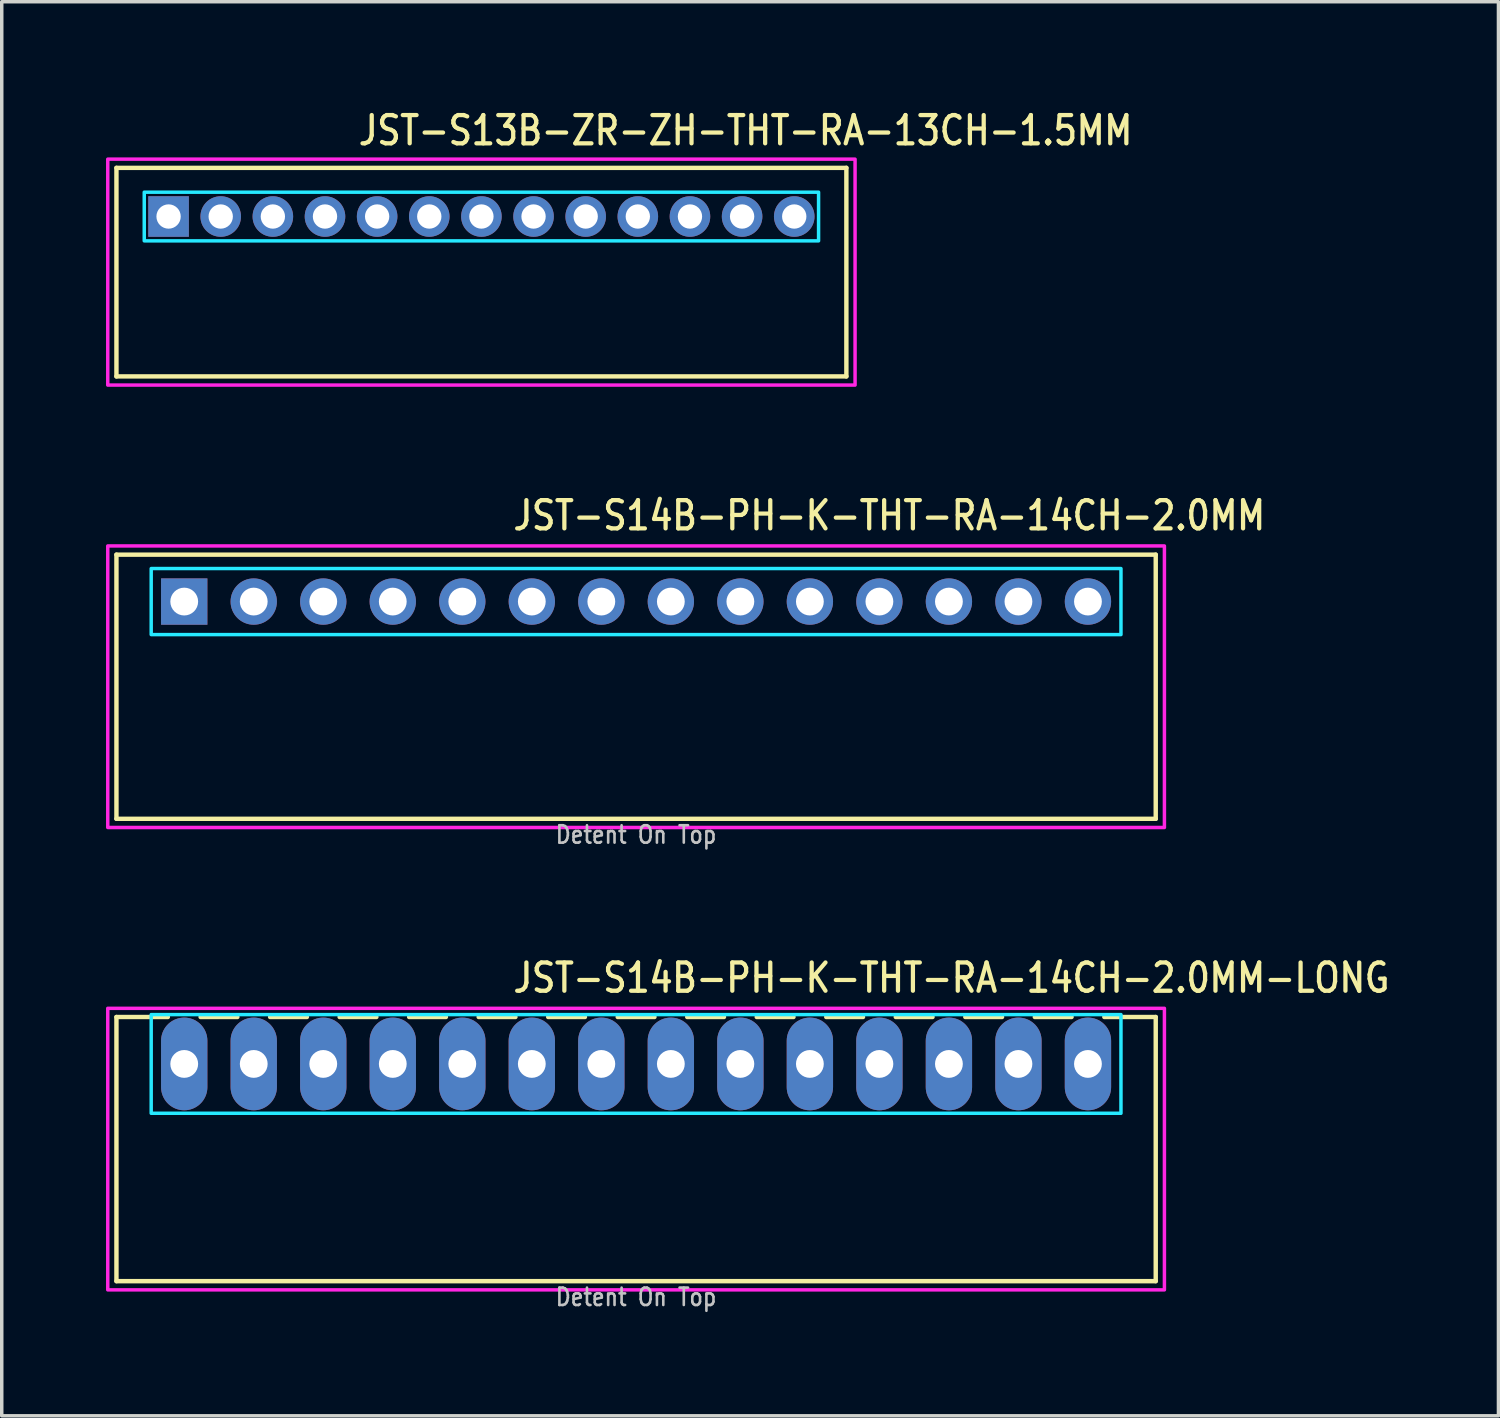
<source format=kicad_pcb>
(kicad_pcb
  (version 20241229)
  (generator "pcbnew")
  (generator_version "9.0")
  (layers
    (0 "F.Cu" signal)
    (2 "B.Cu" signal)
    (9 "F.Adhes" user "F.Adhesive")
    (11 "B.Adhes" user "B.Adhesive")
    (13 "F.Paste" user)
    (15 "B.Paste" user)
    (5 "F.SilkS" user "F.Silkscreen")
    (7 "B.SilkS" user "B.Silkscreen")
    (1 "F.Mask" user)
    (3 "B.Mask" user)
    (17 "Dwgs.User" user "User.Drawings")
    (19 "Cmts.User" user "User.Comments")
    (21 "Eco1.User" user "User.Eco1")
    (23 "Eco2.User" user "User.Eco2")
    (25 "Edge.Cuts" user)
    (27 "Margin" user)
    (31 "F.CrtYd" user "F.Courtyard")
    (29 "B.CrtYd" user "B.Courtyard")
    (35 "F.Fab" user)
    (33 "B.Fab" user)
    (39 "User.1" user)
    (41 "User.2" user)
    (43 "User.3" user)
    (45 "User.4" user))
  (footprint "JST-S14B-PH-K-THT-RA-14CH-2.0MM-LONG"
    (layer "F.Cu")
    (at 15.25 27.559)
    (property "Reference" "JST-S14B-PH-K-THT-RA-14CH-2.0MM-LONG" (at -3.6 -2 0) (unlocked yes) (layer "F.SilkS") (effects (font (size 0.813 0.695) (thickness 0.122)) (justify left bottom)))
    (fp_line (start -14.95 -1.35) (end -13.471 -1.35) (stroke (width 0.127) (type solid)) (layer "F.SilkS"))
    (fp_line (start -14.95 6.25) (end -14.95 -1.35) (stroke (width 0.127) (type solid)) (layer "F.SilkS"))
    (fp_line (start -14.95 6.25) (end 14.95 6.25) (stroke (width 0.127) (type solid)) (layer "F.SilkS"))
    (fp_line (start -12.529 -1.35) (end -11.471 -1.35) (stroke (width 0.127) (type solid)) (layer "F.SilkS"))
    (fp_line (start -10.529 -1.35) (end -9.471 -1.35) (stroke (width 0.127) (type solid)) (layer "F.SilkS"))
    (fp_line (start -8.529 -1.35) (end -7.471 -1.35) (stroke (width 0.127) (type solid)) (layer "F.SilkS"))
    (fp_line (start -6.529 -1.35) (end -5.471 -1.35) (stroke (width 0.127) (type solid)) (layer "F.SilkS"))
    (fp_line (start -4.529 -1.35) (end -3.471 -1.35) (stroke (width 0.127) (type solid)) (layer "F.SilkS"))
    (fp_line (start -2.529 -1.35) (end -1.471 -1.35) (stroke (width 0.127) (type solid)) (layer "F.SilkS"))
    (fp_line (start -0.529 -1.35) (end 0.529 -1.35) (stroke (width 0.127) (type solid)) (layer "F.SilkS"))
    (fp_line (start 1.471 -1.35) (end 2.529 -1.35) (stroke (width 0.127) (type solid)) (layer "F.SilkS"))
    (fp_line (start 3.471 -1.35) (end 4.529 -1.35) (stroke (width 0.127) (type solid)) (layer "F.SilkS"))
    (fp_line (start 5.471 -1.35) (end 6.529 -1.35) (stroke (width 0.127) (type solid)) (layer "F.SilkS"))
    (fp_line (start 7.471 -1.35) (end 8.529 -1.35) (stroke (width 0.127) (type solid)) (layer "F.SilkS"))
    (fp_line (start 9.471 -1.35) (end 10.529 -1.35) (stroke (width 0.127) (type solid)) (layer "F.SilkS"))
    (fp_line (start 11.471 -1.35) (end 12.529 -1.35) (stroke (width 0.127) (type solid)) (layer "F.SilkS"))
    (fp_line (start 13.471 -1.35) (end 14.95 -1.35) (stroke (width 0.127) (type solid)) (layer "F.SilkS"))
    (fp_line (start 14.95 -1.35) (end 14.95 6.25) (stroke (width 0.127) (type solid)) (layer "F.SilkS"))
    (fp_poly (pts (xy -13.95 -1.42) (xy -13.95 1.42) (xy 13.95 1.42) (xy 13.95 -1.42)) (stroke (width 0.1) (type solid)) (fill no) (layer "B.CrtYd"))
    (fp_poly (pts (xy -15.2 -1.6) (xy -15.2 6.5) (xy 15.2 6.5) (xy 15.2 -1.6)) (stroke (width 0.1) (type solid)) (fill no) (layer "F.CrtYd"))
    (fp_text user "Detent On Top" (at 0 7 0) (unlocked yes) (layer "Dwgs.User") (effects (font (size 0.5 0.427) (thickness 0.075)) (justify bottom)))
    (pad "P$1" thru_hole oval (at -13 0 90) (size 2.667 1.333) (drill 0.8) (layers "*.Cu" "*.Mask"))
    (pad "P$2" thru_hole oval (at -11 0 90) (size 2.667 1.333) (drill 0.8) (layers "*.Cu" "*.Mask"))
    (pad "P$3" thru_hole oval (at -9 0 90) (size 2.667 1.333) (drill 0.8) (layers "*.Cu" "*.Mask"))
    (pad "P$4" thru_hole oval (at -7 0 90) (size 2.667 1.333) (drill 0.8) (layers "*.Cu" "*.Mask"))
    (pad "P$5" thru_hole oval (at -5 0 90) (size 2.667 1.333) (drill 0.8) (layers "*.Cu" "*.Mask"))
    (pad "P$6" thru_hole oval (at -3 0 90) (size 2.667 1.333) (drill 0.8) (layers "*.Cu" "*.Mask"))
    (pad "P$7" thru_hole oval (at -1 0 90) (size 2.667 1.333) (drill 0.8) (layers "*.Cu" "*.Mask"))
    (pad "P$8" thru_hole oval (at 1 0 90) (size 2.667 1.333) (drill 0.8) (layers "*.Cu" "*.Mask"))
    (pad "P$9" thru_hole oval (at 3 0 90) (size 2.667 1.333) (drill 0.8) (layers "*.Cu" "*.Mask"))
    (pad "P$10" thru_hole oval (at 5 0 90) (size 2.667 1.333) (drill 0.8) (layers "*.Cu" "*.Mask"))
    (pad "P$11" thru_hole oval (at 7 0 90) (size 2.667 1.333) (drill 0.8) (layers "*.Cu" "*.Mask"))
    (pad "P$12" thru_hole oval (at 9 0 90) (size 2.667 1.333) (drill 0.8) (layers "*.Cu" "*.Mask"))
    (pad "P$13" thru_hole oval (at 11 0 90) (size 2.667 1.333) (drill 0.8) (layers "*.Cu" "*.Mask"))
    (pad "P$14" thru_hole oval (at 13 0 90) (size 2.667 1.333) (drill 0.8) (layers "*.Cu" "*.Mask")))
  (footprint "JST-S14B-PH-K-THT-RA-14CH-2.0MM"
    (layer "F.Cu")
    (at 15.25 14.257)
    (property "Reference" "JST-S14B-PH-K-THT-RA-14CH-2.0MM" (at -3.6 -2 0) (unlocked yes) (layer "F.SilkS") (effects (font (size 0.813 0.695) (thickness 0.122)) (justify left bottom)))
    (fp_line (start -14.95 -1.35) (end 14.95 -1.35) (stroke (width 0.127) (type solid)) (layer "F.SilkS"))
    (fp_line (start -14.95 6.25) (end -14.95 -1.35) (stroke (width 0.127) (type solid)) (layer "F.SilkS"))
    (fp_line (start -14.95 6.25) (end 14.95 6.25) (stroke (width 0.127) (type solid)) (layer "F.SilkS"))
    (fp_line (start 14.95 -1.35) (end 14.95 6.25) (stroke (width 0.127) (type solid)) (layer "F.SilkS"))
    (fp_poly (pts (xy -13.95 -0.95) (xy -13.95 0.95) (xy 13.95 0.95) (xy 13.95 -0.95)) (stroke (width 0.1) (type solid)) (fill no) (layer "B.CrtYd"))
    (fp_poly (pts (xy -15.2 -1.6) (xy -15.2 6.5) (xy 15.2 6.5) (xy 15.2 -1.6)) (stroke (width 0.1) (type solid)) (fill no) (layer "F.CrtYd"))
    (fp_text user "Detent On Top" (at 0 7 0) (unlocked yes) (layer "Dwgs.User") (effects (font (size 0.5 0.427) (thickness 0.075)) (justify bottom)))
    (pad "P$1" thru_hole rect (at -13 0) (size 1.333 1.333) (drill 0.8) (layers "*.Cu" "*.Mask"))
    (pad "P$2" thru_hole oval (at -11 0) (size 1.333 1.333) (drill 0.8) (layers "*.Cu" "*.Mask"))
    (pad "P$3" thru_hole oval (at -9 0) (size 1.333 1.333) (drill 0.8) (layers "*.Cu" "*.Mask"))
    (pad "P$4" thru_hole oval (at -7 0) (size 1.333 1.333) (drill 0.8) (layers "*.Cu" "*.Mask"))
    (pad "P$5" thru_hole oval (at -5 0) (size 1.333 1.333) (drill 0.8) (layers "*.Cu" "*.Mask"))
    (pad "P$6" thru_hole oval (at -3 0) (size 1.333 1.333) (drill 0.8) (layers "*.Cu" "*.Mask"))
    (pad "P$7" thru_hole oval (at -1 0) (size 1.333 1.333) (drill 0.8) (layers "*.Cu" "*.Mask"))
    (pad "P$8" thru_hole oval (at 1 0) (size 1.333 1.333) (drill 0.8) (layers "*.Cu" "*.Mask"))
    (pad "P$9" thru_hole oval (at 3 0) (size 1.333 1.333) (drill 0.8) (layers "*.Cu" "*.Mask"))
    (pad "P$10" thru_hole oval (at 5 0) (size 1.333 1.333) (drill 0.8) (layers "*.Cu" "*.Mask"))
    (pad "P$11" thru_hole oval (at 7 0) (size 1.333 1.333) (drill 0.8) (layers "*.Cu" "*.Mask"))
    (pad "P$12" thru_hole oval (at 9 0) (size 1.333 1.333) (drill 0.8) (layers "*.Cu" "*.Mask"))
    (pad "P$13" thru_hole oval (at 11 0) (size 1.333 1.333) (drill 0.8) (layers "*.Cu" "*.Mask"))
    (pad "P$14" thru_hole oval (at 13 0) (size 1.333 1.333) (drill 0.8) (layers "*.Cu" "*.Mask")))
  (footprint "JST-S13B-ZR-ZH-THT-RA-13CH-1.5MM"
    (layer "F.Cu")
    (at 10.8 3.179)
    (property "Reference" "JST-S13B-ZR-ZH-THT-RA-13CH-1.5MM" (at -3.6 -2 0) (unlocked yes) (layer "F.SilkS") (effects (font (size 0.813 0.695) (thickness 0.122)) (justify left bottom)))
    (fp_line (start -10.5 -1.4) (end 10.5 -1.4) (stroke (width 0.127) (type solid)) (layer "F.SilkS"))
    (fp_line (start -10.5 4.6) (end -10.5 -1.4) (stroke (width 0.127) (type solid)) (layer "F.SilkS"))
    (fp_line (start -10.5 4.6) (end 10.5 4.6) (stroke (width 0.127) (type solid)) (layer "F.SilkS"))
    (fp_line (start 10.5 -1.4) (end 10.5 4.6) (stroke (width 0.127) (type solid)) (layer "F.SilkS"))
    (fp_poly (pts (xy -9.7 -0.7) (xy -9.7 0.7) (xy 9.7 0.7) (xy 9.7 -0.7)) (stroke (width 0.1) (type solid)) (fill no) (layer "B.CrtYd"))
    (fp_poly (pts (xy -10.75 -1.65) (xy -10.75 4.85) (xy 10.75 4.85) (xy 10.75 -1.65)) (stroke (width 0.1) (type solid)) (fill no) (layer "F.CrtYd"))
    (pad "P$1" thru_hole rect (at -9 0) (size 1.167 1.167) (drill 0.7) (layers "*.Cu" "*.Mask"))
    (pad "P$2" thru_hole oval (at -7.5 0) (size 1.167 1.167) (drill 0.7) (layers "*.Cu" "*.Mask"))
    (pad "P$3" thru_hole oval (at -6 0) (size 1.167 1.167) (drill 0.7) (layers "*.Cu" "*.Mask"))
    (pad "P$4" thru_hole oval (at -4.5 0) (size 1.167 1.167) (drill 0.7) (layers "*.Cu" "*.Mask"))
    (pad "P$5" thru_hole oval (at -3 0) (size 1.167 1.167) (drill 0.7) (layers "*.Cu" "*.Mask"))
    (pad "P$6" thru_hole oval (at -1.5 0) (size 1.167 1.167) (drill 0.7) (layers "*.Cu" "*.Mask"))
    (pad "P$7" thru_hole oval (at 0 0) (size 1.167 1.167) (drill 0.7) (layers "*.Cu" "*.Mask"))
    (pad "P$8" thru_hole oval (at 1.5 0) (size 1.167 1.167) (drill 0.7) (layers "*.Cu" "*.Mask"))
    (pad "P$9" thru_hole oval (at 3 0) (size 1.167 1.167) (drill 0.7) (layers "*.Cu" "*.Mask"))
    (pad "P$10" thru_hole oval (at 4.5 0) (size 1.167 1.167) (drill 0.7) (layers "*.Cu" "*.Mask"))
    (pad "P$11" thru_hole oval (at 6 0) (size 1.167 1.167) (drill 0.7) (layers "*.Cu" "*.Mask"))
    (pad "P$12" thru_hole oval (at 7.5 0) (size 1.167 1.167) (drill 0.7) (layers "*.Cu" "*.Mask"))
    (pad "P$13" thru_hole oval (at 9 0) (size 1.167 1.167) (drill 0.7) (layers "*.Cu" "*.Mask")))
  (gr_rect
    (start -3 -3)
    (end 40.06 37.682)
    (stroke (width 0.1) (type default))
    (fill no)
    (layer "Edge.Cuts")))
</source>
